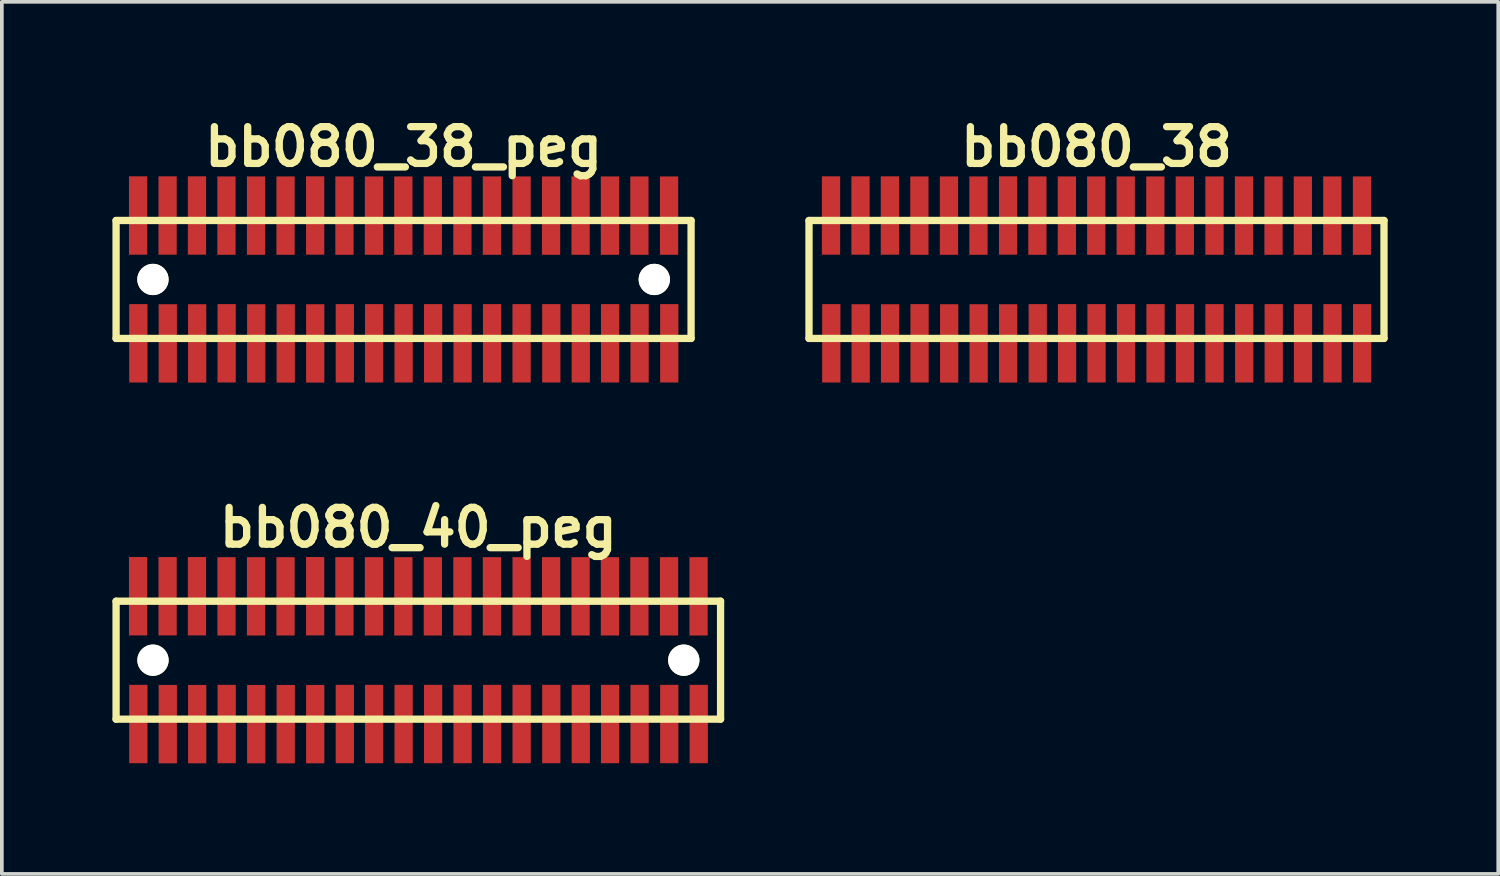
<source format=kicad_pcb>
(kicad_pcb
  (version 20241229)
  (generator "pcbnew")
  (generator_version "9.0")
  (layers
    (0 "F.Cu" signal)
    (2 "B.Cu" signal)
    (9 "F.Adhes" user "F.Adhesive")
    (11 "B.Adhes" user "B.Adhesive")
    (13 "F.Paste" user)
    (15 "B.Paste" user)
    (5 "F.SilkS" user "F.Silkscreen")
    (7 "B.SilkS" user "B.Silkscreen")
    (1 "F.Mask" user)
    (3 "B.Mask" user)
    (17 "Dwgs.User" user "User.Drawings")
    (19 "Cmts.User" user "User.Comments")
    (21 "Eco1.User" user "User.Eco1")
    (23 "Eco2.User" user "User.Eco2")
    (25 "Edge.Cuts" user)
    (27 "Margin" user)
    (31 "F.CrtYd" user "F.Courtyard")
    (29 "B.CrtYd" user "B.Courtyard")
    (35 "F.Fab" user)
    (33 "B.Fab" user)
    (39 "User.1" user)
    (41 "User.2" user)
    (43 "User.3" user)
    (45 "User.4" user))
  (footprint "bb080_40_peg"
    (layer "F.Cu")
    (at 8.298 14.859)
    (property "Reference" "bb080_40_peg" (at 0 -3.599 0) (layer "F.SilkS") (effects (font (size 0.998 0.998) (thickness 0.198))))
    (attr smd)
    (fp_line (start -8.199 -1.6) (end -8.199 1.6) (stroke (width 0.198) (type solid)) (layer "F.SilkS"))
    (fp_line (start -8.199 -1.6) (end 8.199 -1.6) (stroke (width 0.198) (type solid)) (layer "F.SilkS"))
    (fp_line (start 8.199 1.6) (end -8.199 1.6) (stroke (width 0.198) (type solid)) (layer "F.SilkS"))
    (fp_line (start 8.199 1.6) (end 8.199 -1.6) (stroke (width 0.198) (type solid)) (layer "F.SilkS"))
    (pad "" np_thru_hole circle (at -7.198 0) (size 0.848 0.848) (drill 0.848) (layers "*.Cu" "*.Mask" "F.SilkS"))
    (pad "" np_thru_hole circle (at 7.201 0) (size 0.848 0.848) (drill 0.848) (layers "*.Cu" "*.Mask" "F.SilkS"))
    (pad "1" smd rect (at -7.595 1.732) (size 0.495 2.126) (layers "F.Cu" "F.Mask" "F.Paste"))
    (pad "2" smd rect (at -7.602 -1.735) (size 0.495 2.126) (layers "F.Cu" "F.Mask" "F.Paste"))
    (pad "3" smd rect (at -6.797 1.735) (size 0.495 2.126) (layers "F.Cu" "F.Mask" "F.Paste"))
    (pad "4" smd rect (at -6.802 -1.735) (size 0.495 2.126) (layers "F.Cu" "F.Mask" "F.Paste"))
    (pad "5" smd rect (at -5.999 1.735) (size 0.495 2.126) (layers "F.Cu" "F.Mask" "F.Paste"))
    (pad "6" smd rect (at -6.005 -1.735) (size 0.495 2.126) (layers "F.Cu" "F.Mask" "F.Paste"))
    (pad "7" smd rect (at -5.199 1.732) (size 0.495 2.126) (layers "F.Cu" "F.Mask" "F.Paste"))
    (pad "8" smd rect (at -5.204 -1.732) (size 0.495 2.126) (layers "F.Cu" "F.Mask" "F.Paste"))
    (pad "9" smd rect (at -4.397 1.735) (size 0.495 2.126) (layers "F.Cu" "F.Mask" "F.Paste"))
    (pad "10" smd rect (at -4.402 -1.732) (size 0.495 2.126) (layers "F.Cu" "F.Mask" "F.Paste"))
    (pad "11" smd rect (at -3.597 1.735) (size 0.495 2.126) (layers "F.Cu" "F.Mask" "F.Paste"))
    (pad "12" smd rect (at -3.602 -1.732) (size 0.495 2.126) (layers "F.Cu" "F.Mask" "F.Paste"))
    (pad "13" smd rect (at -2.797 1.735) (size 0.495 2.126) (layers "F.Cu" "F.Mask" "F.Paste"))
    (pad "14" smd rect (at -2.799 -1.735) (size 0.495 2.126) (layers "F.Cu" "F.Mask" "F.Paste"))
    (pad "15" smd rect (at -1.994 1.732) (size 0.495 2.126) (layers "F.Cu" "F.Mask" "F.Paste"))
    (pad "16" smd rect (at -2.004 -1.732) (size 0.495 2.126) (layers "F.Cu" "F.Mask" "F.Paste"))
    (pad "17" smd rect (at -1.199 1.732) (size 0.495 2.126) (layers "F.Cu" "F.Mask" "F.Paste"))
    (pad "18" smd rect (at -1.204 -1.732) (size 0.495 2.126) (layers "F.Cu" "F.Mask" "F.Paste"))
    (pad "19" smd rect (at -0.399 1.732) (size 0.495 2.126) (layers "F.Cu" "F.Mask" "F.Paste"))
    (pad "20" smd rect (at -0.406 -1.732) (size 0.495 2.126) (layers "F.Cu" "F.Mask" "F.Paste"))
    (pad "21" smd rect (at 0.401 1.732) (size 0.495 2.126) (layers "F.Cu" "F.Mask" "F.Paste"))
    (pad "22" smd rect (at 0.394 -1.732) (size 0.495 2.126) (layers "F.Cu" "F.Mask" "F.Paste"))
    (pad "23" smd rect (at 1.201 1.732) (size 0.495 2.126) (layers "F.Cu" "F.Mask" "F.Paste"))
    (pad "24" smd rect (at 1.196 -1.732) (size 0.495 2.126) (layers "F.Cu" "F.Mask" "F.Paste"))
    (pad "25" smd rect (at 2.002 1.732) (size 0.495 2.126) (layers "F.Cu" "F.Mask" "F.Paste"))
    (pad "26" smd rect (at 1.996 -1.732) (size 0.495 2.126) (layers "F.Cu" "F.Mask" "F.Paste"))
    (pad "27" smd rect (at 2.802 1.732) (size 0.495 2.126) (layers "F.Cu" "F.Mask" "F.Paste"))
    (pad "28" smd rect (at 2.802 -1.732) (size 0.495 2.126) (layers "F.Cu" "F.Mask" "F.Paste"))
    (pad "29" smd rect (at 3.607 1.732) (size 0.495 2.126) (layers "F.Cu" "F.Mask" "F.Paste"))
    (pad "30" smd rect (at 3.602 -1.732) (size 0.495 2.126) (layers "F.Cu" "F.Mask" "F.Paste"))
    (pad "31" smd rect (at 4.407 1.732) (size 0.495 2.126) (layers "F.Cu" "F.Mask" "F.Paste"))
    (pad "32" smd rect (at 4.402 -1.732) (size 0.495 2.126) (layers "F.Cu" "F.Mask" "F.Paste"))
    (pad "33" smd rect (at 5.202 1.732) (size 0.495 2.126) (layers "F.Cu" "F.Mask" "F.Paste"))
    (pad "34" smd rect (at 5.197 -1.732) (size 0.495 2.126) (layers "F.Cu" "F.Mask" "F.Paste"))
    (pad "35" smd rect (at 6.002 1.732) (size 0.495 2.126) (layers "F.Cu" "F.Mask" "F.Paste"))
    (pad "36" smd rect (at 5.997 -1.732) (size 0.495 2.126) (layers "F.Cu" "F.Mask" "F.Paste"))
    (pad "37" smd rect (at 6.807 1.732) (size 0.495 2.126) (layers "F.Cu" "F.Mask" "F.Paste"))
    (pad "38" smd rect (at 6.802 -1.732) (size 0.495 2.126) (layers "F.Cu" "F.Mask" "F.Paste"))
    (pad "39" smd rect (at 7.607 1.732) (size 0.495 2.126) (layers "F.Cu" "F.Mask" "F.Paste"))
    (pad "40" smd rect (at 7.602 -1.732) (size 0.495 2.126) (layers "F.Cu" "F.Mask" "F.Paste")))
  (footprint "bb080_38_peg"
    (layer "F.Cu")
    (at 7.899 4.531)
    (property "Reference" "bb080_38_peg" (at 0 -3.599 0) (layer "F.SilkS") (effects (font (size 0.998 0.998) (thickness 0.198))))
    (attr smd)
    (fp_line (start -7.8 -1.6) (end -7.8 1.6) (stroke (width 0.198) (type solid)) (layer "F.SilkS"))
    (fp_line (start -7.8 1.6) (end 7.798 1.6) (stroke (width 0.198) (type solid)) (layer "F.SilkS"))
    (fp_line (start 7.798 -1.6) (end -7.8 -1.6) (stroke (width 0.198) (type solid)) (layer "F.SilkS"))
    (fp_line (start 7.798 1.6) (end 7.798 -1.6) (stroke (width 0.198) (type solid)) (layer "F.SilkS"))
    (pad "" np_thru_hole circle (at -6.8 0) (size 0.848 0.848) (drill 0.848) (layers "*.Cu" "*.Mask" "F.SilkS"))
    (pad "" np_thru_hole circle (at 6.8 0) (size 0.848 0.848) (drill 0.848) (layers "*.Cu" "*.Mask" "F.SilkS"))
    (pad "1" smd rect (at -7.196 1.732) (size 0.495 2.126) (layers "F.Cu" "F.Mask" "F.Paste"))
    (pad "2" smd rect (at -7.203 -1.735) (size 0.495 2.126) (layers "F.Cu" "F.Mask" "F.Paste"))
    (pad "3" smd rect (at -6.398 1.735) (size 0.495 2.126) (layers "F.Cu" "F.Mask" "F.Paste"))
    (pad "4" smd rect (at -6.403 -1.735) (size 0.495 2.126) (layers "F.Cu" "F.Mask" "F.Paste"))
    (pad "5" smd rect (at -5.601 1.735) (size 0.495 2.126) (layers "F.Cu" "F.Mask" "F.Paste"))
    (pad "6" smd rect (at -5.606 -1.735) (size 0.495 2.126) (layers "F.Cu" "F.Mask" "F.Paste"))
    (pad "7" smd rect (at -4.801 1.732) (size 0.495 2.126) (layers "F.Cu" "F.Mask" "F.Paste"))
    (pad "8" smd rect (at -4.806 -1.732) (size 0.495 2.126) (layers "F.Cu" "F.Mask" "F.Paste"))
    (pad "9" smd rect (at -3.998 1.735) (size 0.495 2.126) (layers "F.Cu" "F.Mask" "F.Paste"))
    (pad "10" smd rect (at -4.003 -1.732) (size 0.495 2.126) (layers "F.Cu" "F.Mask" "F.Paste"))
    (pad "11" smd rect (at -3.198 1.735) (size 0.495 2.126) (layers "F.Cu" "F.Mask" "F.Paste"))
    (pad "12" smd rect (at -3.203 -1.732) (size 0.495 2.126) (layers "F.Cu" "F.Mask" "F.Paste"))
    (pad "13" smd rect (at -2.398 1.735) (size 0.495 2.126) (layers "F.Cu" "F.Mask" "F.Paste"))
    (pad "14" smd rect (at -2.4 -1.735) (size 0.495 2.126) (layers "F.Cu" "F.Mask" "F.Paste"))
    (pad "15" smd rect (at -1.595 1.732) (size 0.495 2.126) (layers "F.Cu" "F.Mask" "F.Paste"))
    (pad "16" smd rect (at -1.605 -1.732) (size 0.495 2.126) (layers "F.Cu" "F.Mask" "F.Paste"))
    (pad "17" smd rect (at -0.8 1.732) (size 0.495 2.126) (layers "F.Cu" "F.Mask" "F.Paste"))
    (pad "18" smd rect (at -0.805 -1.732) (size 0.495 2.126) (layers "F.Cu" "F.Mask" "F.Paste"))
    (pad "19" smd rect (at 0 1.732) (size 0.495 2.126) (layers "F.Cu" "F.Mask" "F.Paste"))
    (pad "20" smd rect (at -0.008 -1.732) (size 0.495 2.126) (layers "F.Cu" "F.Mask" "F.Paste"))
    (pad "21" smd rect (at 0.8 1.732) (size 0.495 2.126) (layers "F.Cu" "F.Mask" "F.Paste"))
    (pad "22" smd rect (at 0.792 -1.732) (size 0.495 2.126) (layers "F.Cu" "F.Mask" "F.Paste"))
    (pad "23" smd rect (at 1.6 1.732) (size 0.495 2.126) (layers "F.Cu" "F.Mask" "F.Paste"))
    (pad "24" smd rect (at 1.595 -1.732) (size 0.495 2.126) (layers "F.Cu" "F.Mask" "F.Paste"))
    (pad "25" smd rect (at 2.4 1.732) (size 0.495 2.126) (layers "F.Cu" "F.Mask" "F.Paste"))
    (pad "26" smd rect (at 2.395 -1.732) (size 0.495 2.126) (layers "F.Cu" "F.Mask" "F.Paste"))
    (pad "27" smd rect (at 3.2 1.732) (size 0.495 2.126) (layers "F.Cu" "F.Mask" "F.Paste"))
    (pad "28" smd rect (at 3.2 -1.732) (size 0.495 2.126) (layers "F.Cu" "F.Mask" "F.Paste"))
    (pad "29" smd rect (at 4.006 1.732) (size 0.495 2.126) (layers "F.Cu" "F.Mask" "F.Paste"))
    (pad "30" smd rect (at 4 -1.732) (size 0.495 2.126) (layers "F.Cu" "F.Mask" "F.Paste"))
    (pad "31" smd rect (at 4.806 1.732) (size 0.495 2.126) (layers "F.Cu" "F.Mask" "F.Paste"))
    (pad "32" smd rect (at 4.801 -1.732) (size 0.495 2.126) (layers "F.Cu" "F.Mask" "F.Paste"))
    (pad "33" smd rect (at 5.601 1.732) (size 0.495 2.126) (layers "F.Cu" "F.Mask" "F.Paste"))
    (pad "34" smd rect (at 5.596 -1.732) (size 0.495 2.126) (layers "F.Cu" "F.Mask" "F.Paste"))
    (pad "35" smd rect (at 6.401 1.732) (size 0.495 2.126) (layers "F.Cu" "F.Mask" "F.Paste"))
    (pad "36" smd rect (at 6.396 -1.732) (size 0.495 2.126) (layers "F.Cu" "F.Mask" "F.Paste"))
    (pad "37" smd rect (at 7.206 1.732) (size 0.495 2.126) (layers "F.Cu" "F.Mask" "F.Paste"))
    (pad "38" smd rect (at 7.201 -1.732) (size 0.495 2.126) (layers "F.Cu" "F.Mask" "F.Paste")))
  (footprint "bb080_38"
    (layer "F.Cu")
    (at 26.696 4.531)
    (property "Reference" "bb080_38" (at 0 -3.599 0) (layer "F.SilkS") (effects (font (size 0.998 0.998) (thickness 0.198))))
    (attr smd)
    (fp_line (start -7.8 -1.6) (end -7.8 1.6) (stroke (width 0.198) (type solid)) (layer "F.SilkS"))
    (fp_line (start -7.8 1.6) (end 7.798 1.6) (stroke (width 0.198) (type solid)) (layer "F.SilkS"))
    (fp_line (start 7.798 -1.6) (end -7.8 -1.6) (stroke (width 0.198) (type solid)) (layer "F.SilkS"))
    (fp_line (start 7.798 1.6) (end 7.798 -1.6) (stroke (width 0.198) (type solid)) (layer "F.SilkS"))
    (pad "1" smd rect (at -7.196 1.732) (size 0.495 2.126) (layers "F.Cu" "F.Mask" "F.Paste"))
    (pad "2" smd rect (at -7.203 -1.735) (size 0.495 2.126) (layers "F.Cu" "F.Mask" "F.Paste"))
    (pad "3" smd rect (at -6.398 1.735) (size 0.495 2.126) (layers "F.Cu" "F.Mask" "F.Paste"))
    (pad "4" smd rect (at -6.403 -1.735) (size 0.495 2.126) (layers "F.Cu" "F.Mask" "F.Paste"))
    (pad "5" smd rect (at -5.601 1.735) (size 0.495 2.126) (layers "F.Cu" "F.Mask" "F.Paste"))
    (pad "6" smd rect (at -5.606 -1.735) (size 0.495 2.126) (layers "F.Cu" "F.Mask" "F.Paste"))
    (pad "7" smd rect (at -4.801 1.732) (size 0.495 2.126) (layers "F.Cu" "F.Mask" "F.Paste"))
    (pad "8" smd rect (at -4.806 -1.732) (size 0.495 2.126) (layers "F.Cu" "F.Mask" "F.Paste"))
    (pad "9" smd rect (at -3.998 1.735) (size 0.495 2.126) (layers "F.Cu" "F.Mask" "F.Paste"))
    (pad "10" smd rect (at -4.003 -1.732) (size 0.495 2.126) (layers "F.Cu" "F.Mask" "F.Paste"))
    (pad "11" smd rect (at -3.198 1.735) (size 0.495 2.126) (layers "F.Cu" "F.Mask" "F.Paste"))
    (pad "12" smd rect (at -3.203 -1.732) (size 0.495 2.126) (layers "F.Cu" "F.Mask" "F.Paste"))
    (pad "13" smd rect (at -2.398 1.735) (size 0.495 2.126) (layers "F.Cu" "F.Mask" "F.Paste"))
    (pad "14" smd rect (at -2.4 -1.735) (size 0.495 2.126) (layers "F.Cu" "F.Mask" "F.Paste"))
    (pad "15" smd rect (at -1.595 1.732) (size 0.495 2.126) (layers "F.Cu" "F.Mask" "F.Paste"))
    (pad "16" smd rect (at -1.605 -1.732) (size 0.495 2.126) (layers "F.Cu" "F.Mask" "F.Paste"))
    (pad "17" smd rect (at -0.8 1.732) (size 0.495 2.126) (layers "F.Cu" "F.Mask" "F.Paste"))
    (pad "18" smd rect (at -0.805 -1.732) (size 0.495 2.126) (layers "F.Cu" "F.Mask" "F.Paste"))
    (pad "19" smd rect (at 0 1.732) (size 0.495 2.126) (layers "F.Cu" "F.Mask" "F.Paste"))
    (pad "20" smd rect (at -0.008 -1.732) (size 0.495 2.126) (layers "F.Cu" "F.Mask" "F.Paste"))
    (pad "21" smd rect (at 0.8 1.732) (size 0.495 2.126) (layers "F.Cu" "F.Mask" "F.Paste"))
    (pad "22" smd rect (at 0.792 -1.732) (size 0.495 2.126) (layers "F.Cu" "F.Mask" "F.Paste"))
    (pad "23" smd rect (at 1.6 1.732) (size 0.495 2.126) (layers "F.Cu" "F.Mask" "F.Paste"))
    (pad "24" smd rect (at 1.595 -1.732) (size 0.495 2.126) (layers "F.Cu" "F.Mask" "F.Paste"))
    (pad "25" smd rect (at 2.4 1.732) (size 0.495 2.126) (layers "F.Cu" "F.Mask" "F.Paste"))
    (pad "26" smd rect (at 2.395 -1.732) (size 0.495 2.126) (layers "F.Cu" "F.Mask" "F.Paste"))
    (pad "27" smd rect (at 3.2 1.732) (size 0.495 2.126) (layers "F.Cu" "F.Mask" "F.Paste"))
    (pad "28" smd rect (at 3.2 -1.732) (size 0.495 2.126) (layers "F.Cu" "F.Mask" "F.Paste"))
    (pad "29" smd rect (at 4.006 1.732) (size 0.495 2.126) (layers "F.Cu" "F.Mask" "F.Paste"))
    (pad "30" smd rect (at 4 -1.732) (size 0.495 2.126) (layers "F.Cu" "F.Mask" "F.Paste"))
    (pad "31" smd rect (at 4.806 1.732) (size 0.495 2.126) (layers "F.Cu" "F.Mask" "F.Paste"))
    (pad "32" smd rect (at 4.801 -1.732) (size 0.495 2.126) (layers "F.Cu" "F.Mask" "F.Paste"))
    (pad "33" smd rect (at 5.601 1.732) (size 0.495 2.126) (layers "F.Cu" "F.Mask" "F.Paste"))
    (pad "34" smd rect (at 5.596 -1.732) (size 0.495 2.126) (layers "F.Cu" "F.Mask" "F.Paste"))
    (pad "35" smd rect (at 6.401 1.732) (size 0.495 2.126) (layers "F.Cu" "F.Mask" "F.Paste"))
    (pad "36" smd rect (at 6.396 -1.732) (size 0.495 2.126) (layers "F.Cu" "F.Mask" "F.Paste"))
    (pad "37" smd rect (at 7.206 1.732) (size 0.495 2.126) (layers "F.Cu" "F.Mask" "F.Paste"))
    (pad "38" smd rect (at 7.201 -1.732) (size 0.495 2.126) (layers "F.Cu" "F.Mask" "F.Paste")))
  (gr_rect
    (start -3 -3)
    (end 37.593 20.657)
    (stroke (width 0.1) (type default))
    (fill no)
    (layer "Edge.Cuts")))
</source>
